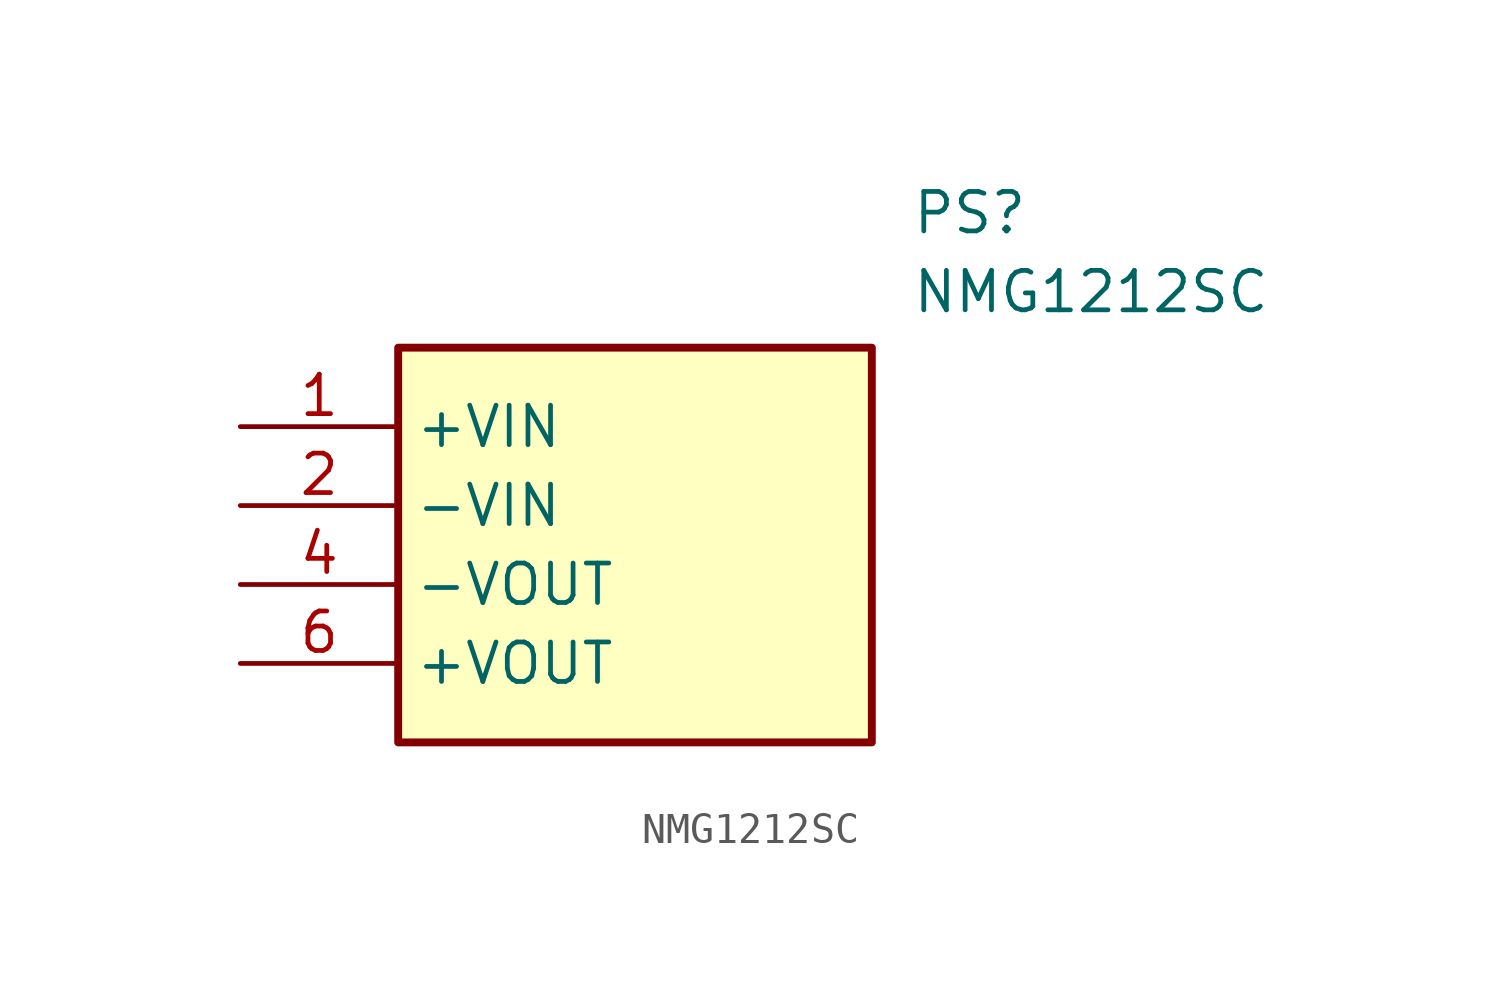
<source format=kicad_sym>
(kicad_symbol_lib
  (version 20211014)
  (generator SamacSys_ECAD_Model)
  (symbol "NMG1212SC"
    (property "Reference" "PS"
      (at 21.59 7.62 0)
      (effects (font (size 1.27 1.27)) (justify left top)))
    (property "Value" "NMG1212SC"
      (at 21.59 5.08 0)
      (effects (font (size 1.27 1.27)) (justify left top)))
    (rectangle
      (start 5.08 2.54)
      (end 20.32 -10.16)
      (stroke (width 0.254) (type default))
      (fill (type background)))
    (pin passive line
      (at 0 0 0)
      (length 5.08)
      (name "+VIN" (effects (font (size 1.27 1.27))))
      (number "1" (effects (font (size 1.27 1.27)))))
    (pin passive line
      (at 0 -2.54 0)
      (length 5.08)
      (name "-VIN" (effects (font (size 1.27 1.27))))
      (number "2" (effects (font (size 1.27 1.27)))))
    (pin passive line
      (at 0 -5.08 0)
      (length 5.08)
      (name "-VOUT" (effects (font (size 1.27 1.27))))
      (number "4" (effects (font (size 1.27 1.27)))))
    (pin passive line
      (at 0 -7.62 0)
      (length 5.08)
      (name "+VOUT" (effects (font (size 1.27 1.27))))
      (number "6" (effects (font (size 1.27 1.27)))))))
</source>
